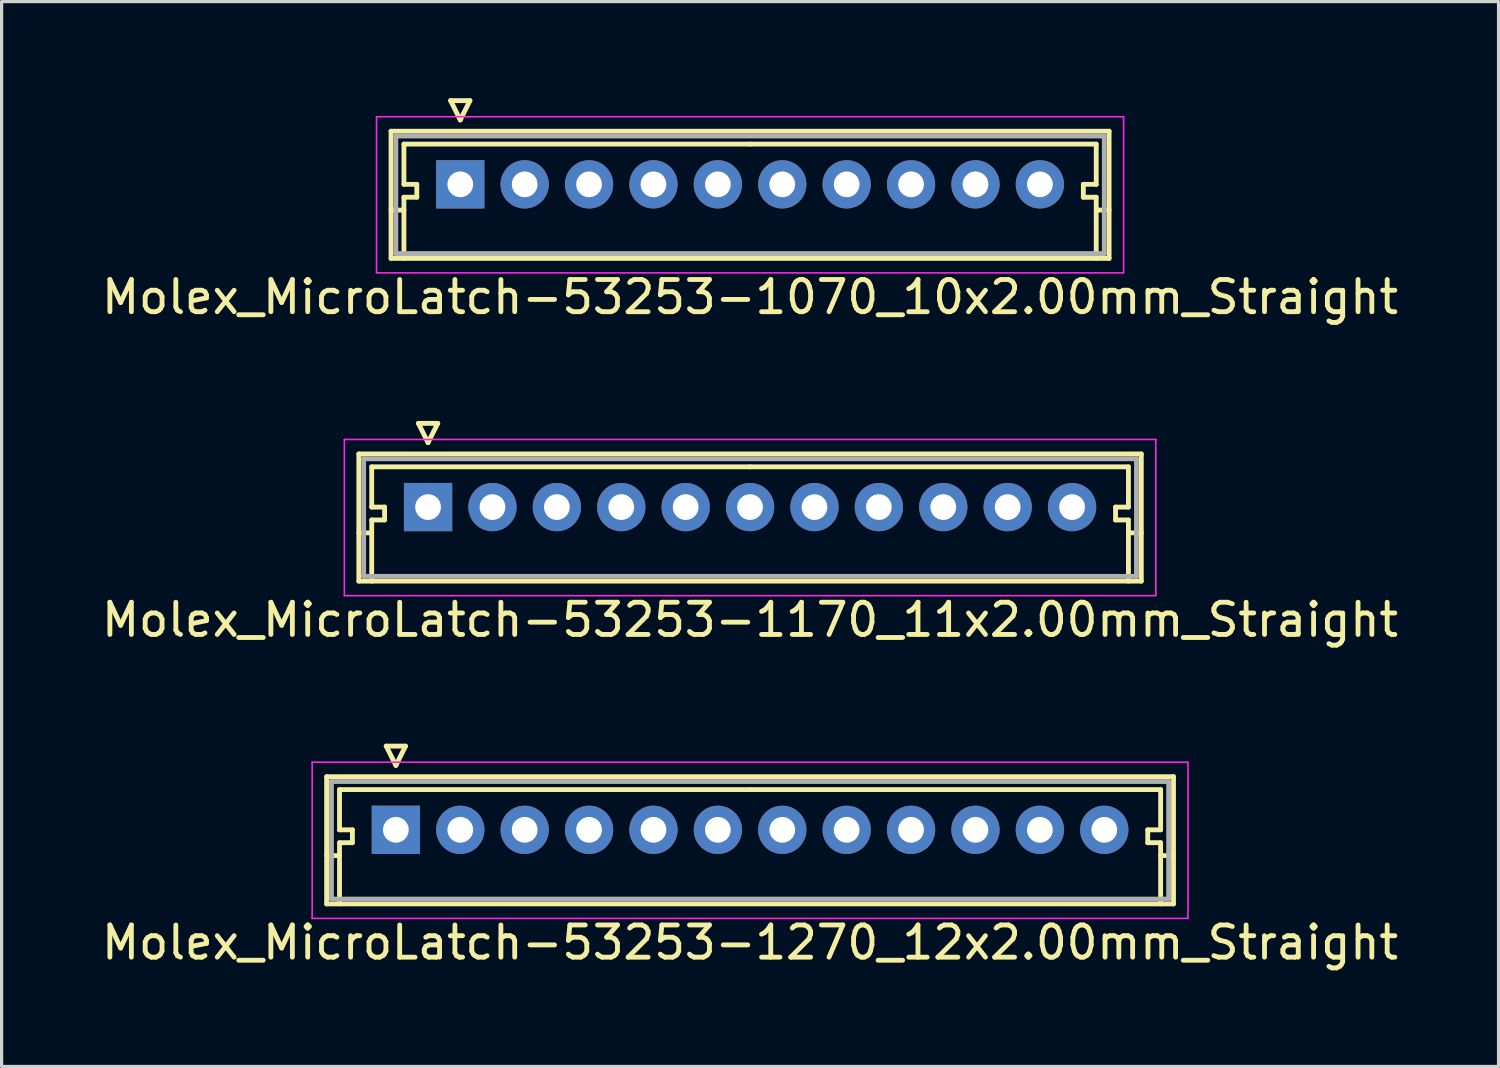
<source format=kicad_pcb>
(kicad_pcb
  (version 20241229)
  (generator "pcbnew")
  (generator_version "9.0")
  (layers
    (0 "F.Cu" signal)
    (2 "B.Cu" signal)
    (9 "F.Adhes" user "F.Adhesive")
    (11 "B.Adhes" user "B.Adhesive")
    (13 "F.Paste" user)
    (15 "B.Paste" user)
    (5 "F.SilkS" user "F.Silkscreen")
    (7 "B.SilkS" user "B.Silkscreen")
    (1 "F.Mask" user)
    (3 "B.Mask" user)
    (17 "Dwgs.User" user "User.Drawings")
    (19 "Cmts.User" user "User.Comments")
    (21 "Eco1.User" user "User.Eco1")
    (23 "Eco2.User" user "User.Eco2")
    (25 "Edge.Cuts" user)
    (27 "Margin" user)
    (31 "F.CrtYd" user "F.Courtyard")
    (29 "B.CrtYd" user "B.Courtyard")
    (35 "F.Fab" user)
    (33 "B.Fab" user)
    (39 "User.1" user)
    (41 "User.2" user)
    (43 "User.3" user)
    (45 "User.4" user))
  (footprint "Molex_MicroLatch-53253-1070_10x2.00mm_Straight"
    (layer "F.Cu")
    (at 11.244 2.675)
    (property "Reference" "Molex_MicroLatch-53253-1070_10x2.00mm_Straight" (at 9 3.5 0) (layer "F.SilkS") (effects (font (size 1 1) (thickness 0.15))))
    (attr through_hole)
    (fp_line (start -2.15 -1.65) (end -2.15 2.3) (stroke (width 0.15) (type solid)) (layer "F.SilkS"))
    (fp_line (start -2.15 0.8) (end -1.75 0.8) (stroke (width 0.15) (type solid)) (layer "F.SilkS"))
    (fp_line (start -2.15 2.3) (end 20.15 2.3) (stroke (width 0.15) (type solid)) (layer "F.SilkS"))
    (fp_line (start -1.75 -1.25) (end -1.75 0) (stroke (width 0.15) (type solid)) (layer "F.SilkS"))
    (fp_line (start -1.75 0) (end -1.35 0) (stroke (width 0.15) (type solid)) (layer "F.SilkS"))
    (fp_line (start -1.75 0.4) (end -1.75 2.3) (stroke (width 0.15) (type solid)) (layer "F.SilkS"))
    (fp_line (start -1.35 0) (end -1.35 0.4) (stroke (width 0.15) (type solid)) (layer "F.SilkS"))
    (fp_line (start -1.35 0.4) (end -1.75 0.4) (stroke (width 0.15) (type solid)) (layer "F.SilkS"))
    (fp_line (start -0.3 -2.6) (end 0.3 -2.6) (stroke (width 0.15) (type solid)) (layer "F.SilkS"))
    (fp_line (start 0 -2) (end -0.3 -2.6) (stroke (width 0.15) (type solid)) (layer "F.SilkS"))
    (fp_line (start 0.3 -2.6) (end 0 -2) (stroke (width 0.15) (type solid)) (layer "F.SilkS"))
    (fp_line (start 9 -1.25) (end -1.75 -1.25) (stroke (width 0.15) (type solid)) (layer "F.SilkS"))
    (fp_line (start 9 -1.25) (end 19.75 -1.25) (stroke (width 0.15) (type solid)) (layer "F.SilkS"))
    (fp_line (start 19.35 0) (end 19.35 0.4) (stroke (width 0.15) (type solid)) (layer "F.SilkS"))
    (fp_line (start 19.35 0.4) (end 19.75 0.4) (stroke (width 0.15) (type solid)) (layer "F.SilkS"))
    (fp_line (start 19.75 -1.25) (end 19.75 0) (stroke (width 0.15) (type solid)) (layer "F.SilkS"))
    (fp_line (start 19.75 0) (end 19.35 0) (stroke (width 0.15) (type solid)) (layer "F.SilkS"))
    (fp_line (start 19.75 0.4) (end 19.75 2.3) (stroke (width 0.15) (type solid)) (layer "F.SilkS"))
    (fp_line (start 20.15 -1.65) (end -2.15 -1.65) (stroke (width 0.15) (type solid)) (layer "F.SilkS"))
    (fp_line (start 20.15 0.8) (end 19.75 0.8) (stroke (width 0.15) (type solid)) (layer "F.SilkS"))
    (fp_line (start 20.15 2.3) (end 20.15 -1.65) (stroke (width 0.15) (type solid)) (layer "F.SilkS"))
    (fp_line (start -2.6 -2.1) (end -2.6 2.75) (stroke (width 0.05) (type solid)) (layer "F.CrtYd"))
    (fp_line (start -2.6 2.75) (end 20.6 2.75) (stroke (width 0.05) (type solid)) (layer "F.CrtYd"))
    (fp_line (start 20.6 -2.1) (end -2.6 -2.1) (stroke (width 0.05) (type solid)) (layer "F.CrtYd"))
    (fp_line (start 20.6 2.75) (end 20.6 -2.1) (stroke (width 0.05) (type solid)) (layer "F.CrtYd"))
    (fp_line (start -2 -1.5) (end -2 2.15) (stroke (width 0.15) (type solid)) (layer "F.Fab"))
    (fp_line (start -2 2.15) (end 20 2.15) (stroke (width 0.15) (type solid)) (layer "F.Fab"))
    (fp_line (start 20 -1.5) (end -2 -1.5) (stroke (width 0.15) (type solid)) (layer "F.Fab"))
    (fp_line (start 20 2.15) (end 20 -1.5) (stroke (width 0.15) (type solid)) (layer "F.Fab"))
    (pad "1" thru_hole rect (at 0 0) (size 1.5 1.5) (drill 0.8) (layers "*.Cu" "*.Mask"))
    (pad "2" thru_hole circle (at 2 0) (size 1.5 1.5) (drill 0.8) (layers "*.Cu" "*.Mask"))
    (pad "3" thru_hole circle (at 4 0) (size 1.5 1.5) (drill 0.8) (layers "*.Cu" "*.Mask"))
    (pad "4" thru_hole circle (at 6 0) (size 1.5 1.5) (drill 0.8) (layers "*.Cu" "*.Mask"))
    (pad "5" thru_hole circle (at 8 0) (size 1.5 1.5) (drill 0.8) (layers "*.Cu" "*.Mask"))
    (pad "6" thru_hole circle (at 10 0) (size 1.5 1.5) (drill 0.8) (layers "*.Cu" "*.Mask"))
    (pad "7" thru_hole circle (at 12 0) (size 1.5 1.5) (drill 0.8) (layers "*.Cu" "*.Mask"))
    (pad "8" thru_hole circle (at 14 0) (size 1.5 1.5) (drill 0.8) (layers "*.Cu" "*.Mask"))
    (pad "9" thru_hole circle (at 16 0) (size 1.5 1.5) (drill 0.8) (layers "*.Cu" "*.Mask"))
    (pad "10" thru_hole circle (at 18 0) (size 1.5 1.5) (drill 0.8) (layers "*.Cu" "*.Mask")))
  (footprint "Molex_MicroLatch-53253-1270_12x2.00mm_Straight"
    (layer "F.Cu")
    (at 9.244 22.721)
    (property "Reference" "Molex_MicroLatch-53253-1270_12x2.00mm_Straight" (at 11 3.5 0) (layer "F.SilkS") (effects (font (size 1 1) (thickness 0.15))))
    (attr through_hole)
    (fp_line (start -2.15 -1.65) (end -2.15 2.3) (stroke (width 0.15) (type solid)) (layer "F.SilkS"))
    (fp_line (start -2.15 0.8) (end -1.75 0.8) (stroke (width 0.15) (type solid)) (layer "F.SilkS"))
    (fp_line (start -2.15 2.3) (end 24.15 2.3) (stroke (width 0.15) (type solid)) (layer "F.SilkS"))
    (fp_line (start -1.75 -1.25) (end -1.75 0) (stroke (width 0.15) (type solid)) (layer "F.SilkS"))
    (fp_line (start -1.75 0) (end -1.35 0) (stroke (width 0.15) (type solid)) (layer "F.SilkS"))
    (fp_line (start -1.75 0.4) (end -1.75 2.3) (stroke (width 0.15) (type solid)) (layer "F.SilkS"))
    (fp_line (start -1.35 0) (end -1.35 0.4) (stroke (width 0.15) (type solid)) (layer "F.SilkS"))
    (fp_line (start -1.35 0.4) (end -1.75 0.4) (stroke (width 0.15) (type solid)) (layer "F.SilkS"))
    (fp_line (start -0.3 -2.6) (end 0.3 -2.6) (stroke (width 0.15) (type solid)) (layer "F.SilkS"))
    (fp_line (start 0 -2) (end -0.3 -2.6) (stroke (width 0.15) (type solid)) (layer "F.SilkS"))
    (fp_line (start 0.3 -2.6) (end 0 -2) (stroke (width 0.15) (type solid)) (layer "F.SilkS"))
    (fp_line (start 11 -1.25) (end -1.75 -1.25) (stroke (width 0.15) (type solid)) (layer "F.SilkS"))
    (fp_line (start 11 -1.25) (end 23.75 -1.25) (stroke (width 0.15) (type solid)) (layer "F.SilkS"))
    (fp_line (start 23.35 0) (end 23.35 0.4) (stroke (width 0.15) (type solid)) (layer "F.SilkS"))
    (fp_line (start 23.35 0.4) (end 23.75 0.4) (stroke (width 0.15) (type solid)) (layer "F.SilkS"))
    (fp_line (start 23.75 -1.25) (end 23.75 0) (stroke (width 0.15) (type solid)) (layer "F.SilkS"))
    (fp_line (start 23.75 0) (end 23.35 0) (stroke (width 0.15) (type solid)) (layer "F.SilkS"))
    (fp_line (start 23.75 0.4) (end 23.75 2.3) (stroke (width 0.15) (type solid)) (layer "F.SilkS"))
    (fp_line (start 24.15 -1.65) (end -2.15 -1.65) (stroke (width 0.15) (type solid)) (layer "F.SilkS"))
    (fp_line (start 24.15 0.8) (end 23.75 0.8) (stroke (width 0.15) (type solid)) (layer "F.SilkS"))
    (fp_line (start 24.15 2.3) (end 24.15 -1.65) (stroke (width 0.15) (type solid)) (layer "F.SilkS"))
    (fp_line (start -2.6 -2.1) (end -2.6 2.75) (stroke (width 0.05) (type solid)) (layer "F.CrtYd"))
    (fp_line (start -2.6 2.75) (end 24.6 2.75) (stroke (width 0.05) (type solid)) (layer "F.CrtYd"))
    (fp_line (start 24.6 -2.1) (end -2.6 -2.1) (stroke (width 0.05) (type solid)) (layer "F.CrtYd"))
    (fp_line (start 24.6 2.75) (end 24.6 -2.1) (stroke (width 0.05) (type solid)) (layer "F.CrtYd"))
    (fp_line (start -2 -1.5) (end -2 2.15) (stroke (width 0.15) (type solid)) (layer "F.Fab"))
    (fp_line (start -2 2.15) (end 24 2.15) (stroke (width 0.15) (type solid)) (layer "F.Fab"))
    (fp_line (start 24 -1.5) (end -2 -1.5) (stroke (width 0.15) (type solid)) (layer "F.Fab"))
    (fp_line (start 24 2.15) (end 24 -1.5) (stroke (width 0.15) (type solid)) (layer "F.Fab"))
    (pad "1" thru_hole rect (at 0 0) (size 1.5 1.5) (drill 0.8) (layers "*.Cu" "*.Mask"))
    (pad "2" thru_hole circle (at 2 0) (size 1.5 1.5) (drill 0.8) (layers "*.Cu" "*.Mask"))
    (pad "3" thru_hole circle (at 4 0) (size 1.5 1.5) (drill 0.8) (layers "*.Cu" "*.Mask"))
    (pad "4" thru_hole circle (at 6 0) (size 1.5 1.5) (drill 0.8) (layers "*.Cu" "*.Mask"))
    (pad "5" thru_hole circle (at 8 0) (size 1.5 1.5) (drill 0.8) (layers "*.Cu" "*.Mask"))
    (pad "6" thru_hole circle (at 10 0) (size 1.5 1.5) (drill 0.8) (layers "*.Cu" "*.Mask"))
    (pad "7" thru_hole circle (at 12 0) (size 1.5 1.5) (drill 0.8) (layers "*.Cu" "*.Mask"))
    (pad "8" thru_hole circle (at 14 0) (size 1.5 1.5) (drill 0.8) (layers "*.Cu" "*.Mask"))
    (pad "9" thru_hole circle (at 16 0) (size 1.5 1.5) (drill 0.8) (layers "*.Cu" "*.Mask"))
    (pad "10" thru_hole circle (at 18 0) (size 1.5 1.5) (drill 0.8) (layers "*.Cu" "*.Mask"))
    (pad "11" thru_hole circle (at 20 0) (size 1.5 1.5) (drill 0.8) (layers "*.Cu" "*.Mask"))
    (pad "12" thru_hole circle (at 22 0) (size 1.5 1.5) (drill 0.8) (layers "*.Cu" "*.Mask")))
  (footprint "Molex_MicroLatch-53253-1170_11x2.00mm_Straight"
    (layer "F.Cu")
    (at 10.244 12.698)
    (property "Reference" "Molex_MicroLatch-53253-1170_11x2.00mm_Straight" (at 10 3.5 0) (layer "F.SilkS") (effects (font (size 1 1) (thickness 0.15))))
    (attr through_hole)
    (fp_line (start -2.15 -1.65) (end -2.15 2.3) (stroke (width 0.15) (type solid)) (layer "F.SilkS"))
    (fp_line (start -2.15 0.8) (end -1.75 0.8) (stroke (width 0.15) (type solid)) (layer "F.SilkS"))
    (fp_line (start -2.15 2.3) (end 22.15 2.3) (stroke (width 0.15) (type solid)) (layer "F.SilkS"))
    (fp_line (start -1.75 -1.25) (end -1.75 0) (stroke (width 0.15) (type solid)) (layer "F.SilkS"))
    (fp_line (start -1.75 0) (end -1.35 0) (stroke (width 0.15) (type solid)) (layer "F.SilkS"))
    (fp_line (start -1.75 0.4) (end -1.75 2.3) (stroke (width 0.15) (type solid)) (layer "F.SilkS"))
    (fp_line (start -1.35 0) (end -1.35 0.4) (stroke (width 0.15) (type solid)) (layer "F.SilkS"))
    (fp_line (start -1.35 0.4) (end -1.75 0.4) (stroke (width 0.15) (type solid)) (layer "F.SilkS"))
    (fp_line (start -0.3 -2.6) (end 0.3 -2.6) (stroke (width 0.15) (type solid)) (layer "F.SilkS"))
    (fp_line (start 0 -2) (end -0.3 -2.6) (stroke (width 0.15) (type solid)) (layer "F.SilkS"))
    (fp_line (start 0.3 -2.6) (end 0 -2) (stroke (width 0.15) (type solid)) (layer "F.SilkS"))
    (fp_line (start 10 -1.25) (end -1.75 -1.25) (stroke (width 0.15) (type solid)) (layer "F.SilkS"))
    (fp_line (start 10 -1.25) (end 21.75 -1.25) (stroke (width 0.15) (type solid)) (layer "F.SilkS"))
    (fp_line (start 21.35 0) (end 21.35 0.4) (stroke (width 0.15) (type solid)) (layer "F.SilkS"))
    (fp_line (start 21.35 0.4) (end 21.75 0.4) (stroke (width 0.15) (type solid)) (layer "F.SilkS"))
    (fp_line (start 21.75 -1.25) (end 21.75 0) (stroke (width 0.15) (type solid)) (layer "F.SilkS"))
    (fp_line (start 21.75 0) (end 21.35 0) (stroke (width 0.15) (type solid)) (layer "F.SilkS"))
    (fp_line (start 21.75 0.4) (end 21.75 2.3) (stroke (width 0.15) (type solid)) (layer "F.SilkS"))
    (fp_line (start 22.15 -1.65) (end -2.15 -1.65) (stroke (width 0.15) (type solid)) (layer "F.SilkS"))
    (fp_line (start 22.15 0.8) (end 21.75 0.8) (stroke (width 0.15) (type solid)) (layer "F.SilkS"))
    (fp_line (start 22.15 2.3) (end 22.15 -1.65) (stroke (width 0.15) (type solid)) (layer "F.SilkS"))
    (fp_line (start -2.6 -2.1) (end -2.6 2.75) (stroke (width 0.05) (type solid)) (layer "F.CrtYd"))
    (fp_line (start -2.6 2.75) (end 22.6 2.75) (stroke (width 0.05) (type solid)) (layer "F.CrtYd"))
    (fp_line (start 22.6 -2.1) (end -2.6 -2.1) (stroke (width 0.05) (type solid)) (layer "F.CrtYd"))
    (fp_line (start 22.6 2.75) (end 22.6 -2.1) (stroke (width 0.05) (type solid)) (layer "F.CrtYd"))
    (fp_line (start -2 -1.5) (end -2 2.15) (stroke (width 0.15) (type solid)) (layer "F.Fab"))
    (fp_line (start -2 2.15) (end 22 2.15) (stroke (width 0.15) (type solid)) (layer "F.Fab"))
    (fp_line (start 22 -1.5) (end -2 -1.5) (stroke (width 0.15) (type solid)) (layer "F.Fab"))
    (fp_line (start 22 2.15) (end 22 -1.5) (stroke (width 0.15) (type solid)) (layer "F.Fab"))
    (pad "1" thru_hole rect (at 0 0) (size 1.5 1.5) (drill 0.8) (layers "*.Cu" "*.Mask"))
    (pad "2" thru_hole circle (at 2 0) (size 1.5 1.5) (drill 0.8) (layers "*.Cu" "*.Mask"))
    (pad "3" thru_hole circle (at 4 0) (size 1.5 1.5) (drill 0.8) (layers "*.Cu" "*.Mask"))
    (pad "4" thru_hole circle (at 6 0) (size 1.5 1.5) (drill 0.8) (layers "*.Cu" "*.Mask"))
    (pad "5" thru_hole circle (at 8 0) (size 1.5 1.5) (drill 0.8) (layers "*.Cu" "*.Mask"))
    (pad "6" thru_hole circle (at 10 0) (size 1.5 1.5) (drill 0.8) (layers "*.Cu" "*.Mask"))
    (pad "7" thru_hole circle (at 12 0) (size 1.5 1.5) (drill 0.8) (layers "*.Cu" "*.Mask"))
    (pad "8" thru_hole circle (at 14 0) (size 1.5 1.5) (drill 0.8) (layers "*.Cu" "*.Mask"))
    (pad "9" thru_hole circle (at 16 0) (size 1.5 1.5) (drill 0.8) (layers "*.Cu" "*.Mask"))
    (pad "10" thru_hole circle (at 18 0) (size 1.5 1.5) (drill 0.8) (layers "*.Cu" "*.Mask"))
    (pad "11" thru_hole circle (at 20 0) (size 1.5 1.5) (drill 0.8) (layers "*.Cu" "*.Mask")))
  (gr_rect
    (start -3 -3)
    (end 43.488 30.07)
    (stroke (width 0.1) (type default))
    (fill no)
    (layer "Edge.Cuts")))
</source>
